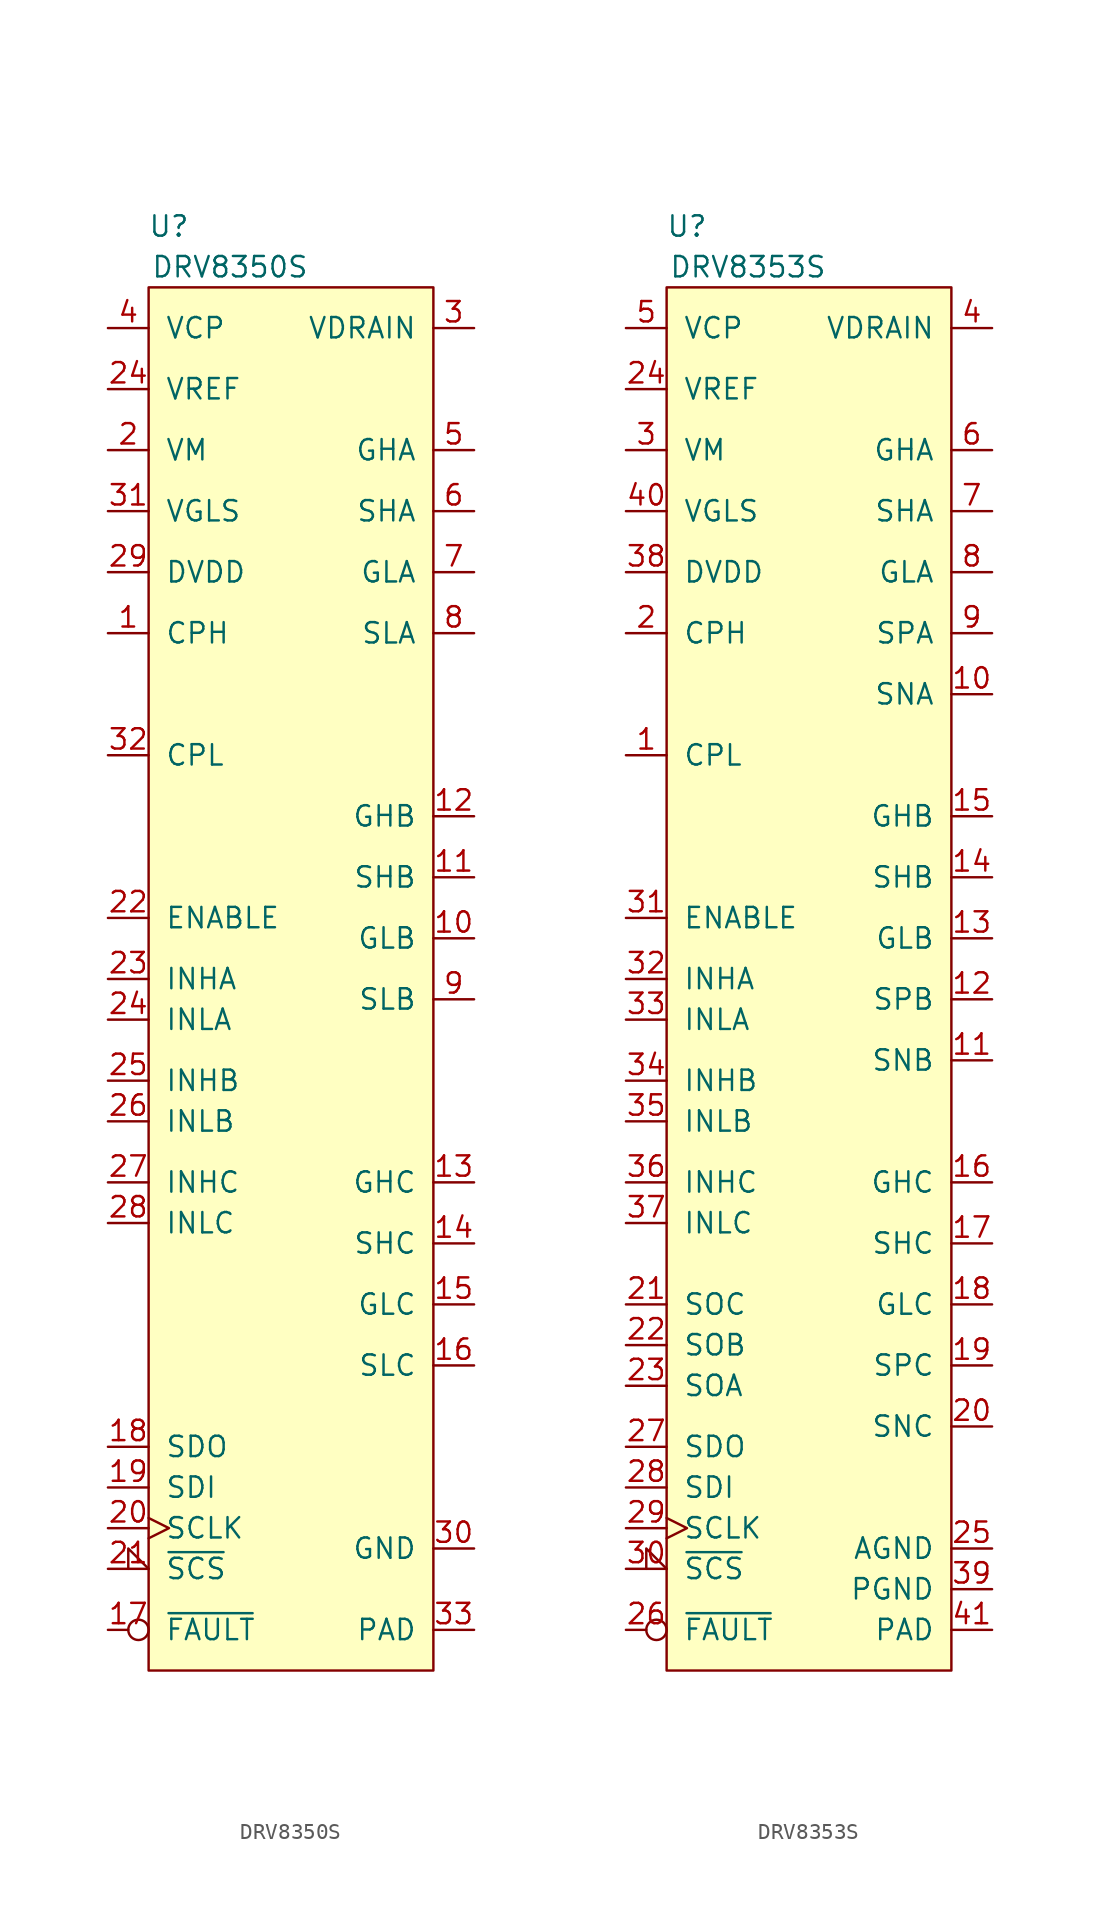
<source format=kicad_sym>
(kicad_symbol_lib
  (version 20231120)
  (generator "kicad_symbol_editor")
  (generator_version "8.0")
  (symbol "DRV8350S"
    (pin_names
      (offset 1.016))
    (property "Reference" "U"
      (at -7.62 46.99 0)
      (effects (font (size 1.27 1.27))))
    (property "Value" "DRV8350S"
      (at -3.81 44.45 0)
      (effects (font (size 1.27 1.27))))
    (symbol "DRV8350S_0_1"
      (rectangle (start -8.89 43.18) (end 8.89 -43.18) (stroke (width 0) (type default)) (fill (type background))))
    (symbol "DRV8350S_1_1"
      (pin power_out line (at -11.43 21.59 0) (length 2.54) (name "CPH" (effects (font (size 1.27 1.27)))) (number "1" (effects (font (size 1.27 1.27)))))
      (pin output line (at 11.43 2.54 180) (length 2.54) (name "GLB" (effects (font (size 1.27 1.27)))) (number "10" (effects (font (size 1.27 1.27)))))
      (pin input line (at 11.43 6.35 180) (length 2.54) (name "SHB" (effects (font (size 1.27 1.27)))) (number "11" (effects (font (size 1.27 1.27)))))
      (pin output line (at 11.43 10.16 180) (length 2.54) (name "GHB" (effects (font (size 1.27 1.27)))) (number "12" (effects (font (size 1.27 1.27)))))
      (pin output line (at 11.43 -12.7 180) (length 2.54) (name "GHC" (effects (font (size 1.27 1.27)))) (number "13" (effects (font (size 1.27 1.27)))))
      (pin input line (at 11.43 -16.51 180) (length 2.54) (name "SHC" (effects (font (size 1.27 1.27)))) (number "14" (effects (font (size 1.27 1.27)))))
      (pin output line (at 11.43 -20.32 180) (length 2.54) (name "GLC" (effects (font (size 1.27 1.27)))) (number "15" (effects (font (size 1.27 1.27)))))
      (pin input line (at 11.43 -24.13 180) (length 2.54) (name "SLC" (effects (font (size 1.27 1.27)))) (number "16" (effects (font (size 1.27 1.27)))))
      (pin open_collector inverted (at -11.43 -40.64 0) (length 2.54) (name "~{FAULT}" (effects (font (size 1.27 1.27)))) (number "17" (effects (font (size 1.27 1.27)))))
      (pin open_collector line (at -11.43 -29.21 0) (length 2.54) (name "SDO" (effects (font (size 1.27 1.27)))) (number "18" (effects (font (size 1.27 1.27)))))
      (pin input line (at -11.43 -31.75 0) (length 2.54) (name "SDI" (effects (font (size 1.27 1.27)))) (number "19" (effects (font (size 1.27 1.27)))))
      (pin power_in line (at -11.43 33.02 0) (length 2.54) (name "VM" (effects (font (size 1.27 1.27)))) (number "2" (effects (font (size 1.27 1.27)))))
      (pin input clock (at -11.43 -34.29 0) (length 2.54) (name "SCLK" (effects (font (size 1.27 1.27)))) (number "20" (effects (font (size 1.27 1.27)))))
      (pin input input_low (at -11.43 -36.83 0) (length 2.54) (name "~{SCS}" (effects (font (size 1.27 1.27)))) (number "21" (effects (font (size 1.27 1.27)))))
      (pin input line (at -11.43 3.81 0) (length 2.54) (name "ENABLE" (effects (font (size 1.27 1.27)))) (number "22" (effects (font (size 1.27 1.27)))))
      (pin input line (at -11.43 0 0) (length 2.54) (name "INHA" (effects (font (size 1.27 1.27)))) (number "23" (effects (font (size 1.27 1.27)))))
      (pin input line (at -11.43 -2.54 0) (length 2.54) (name "INLA" (effects (font (size 1.27 1.27)))) (number "24" (effects (font (size 1.27 1.27)))))
      (pin power_in line (at -11.43 36.83 0) (length 2.54) (name "VREF" (effects (font (size 1.27 1.27)))) (number "24" (effects (font (size 1.27 1.27)))))
      (pin input line (at -11.43 -6.35 0) (length 2.54) (name "INHB" (effects (font (size 1.27 1.27)))) (number "25" (effects (font (size 1.27 1.27)))))
      (pin input line (at -11.43 -8.89 0) (length 2.54) (name "INLB" (effects (font (size 1.27 1.27)))) (number "26" (effects (font (size 1.27 1.27)))))
      (pin input line (at -11.43 -12.7 0) (length 2.54) (name "INHC" (effects (font (size 1.27 1.27)))) (number "27" (effects (font (size 1.27 1.27)))))
      (pin input line (at -11.43 -15.24 0) (length 2.54) (name "INLC" (effects (font (size 1.27 1.27)))) (number "28" (effects (font (size 1.27 1.27)))))
      (pin power_out line (at -11.43 25.4 0) (length 2.54) (name "DVDD" (effects (font (size 1.27 1.27)))) (number "29" (effects (font (size 1.27 1.27)))))
      (pin input line (at 11.43 40.64 180) (length 2.54) (name "VDRAIN" (effects (font (size 1.27 1.27)))) (number "3" (effects (font (size 1.27 1.27)))))
      (pin passive line (at 11.43 -35.56 180) (length 2.54) (name "GND" (effects (font (size 1.27 1.27)))) (number "30" (effects (font (size 1.27 1.27)))))
      (pin power_out line (at -11.43 29.21 0) (length 2.54) (name "VGLS" (effects (font (size 1.27 1.27)))) (number "31" (effects (font (size 1.27 1.27)))))
      (pin power_out line (at -11.43 13.97 0) (length 2.54) (name "CPL" (effects (font (size 1.27 1.27)))) (number "32" (effects (font (size 1.27 1.27)))))
      (pin passive line (at 11.43 -40.64 180) (length 2.54) (name "PAD" (effects (font (size 1.27 1.27)))) (number "33" (effects (font (size 1.27 1.27)))))
      (pin power_out line (at -11.43 40.64 0) (length 2.54) (name "VCP" (effects (font (size 1.27 1.27)))) (number "4" (effects (font (size 1.27 1.27)))))
      (pin output line (at 11.43 33.02 180) (length 2.54) (name "GHA" (effects (font (size 1.27 1.27)))) (number "5" (effects (font (size 1.27 1.27)))))
      (pin input line (at 11.43 29.21 180) (length 2.54) (name "SHA" (effects (font (size 1.27 1.27)))) (number "6" (effects (font (size 1.27 1.27)))))
      (pin output line (at 11.43 25.4 180) (length 2.54) (name "GLA" (effects (font (size 1.27 1.27)))) (number "7" (effects (font (size 1.27 1.27)))))
      (pin input line (at 11.43 21.59 180) (length 2.54) (name "SLA" (effects (font (size 1.27 1.27)))) (number "8" (effects (font (size 1.27 1.27)))))
      (pin input line (at 11.43 -1.27 180) (length 2.54) (name "SLB" (effects (font (size 1.27 1.27)))) (number "9" (effects (font (size 1.27 1.27)))))))
  (symbol "DRV8353S"
    (pin_names
      (offset 1.016))
    (property "Reference" "U"
      (at -7.62 46.99 0)
      (effects (font (size 1.27 1.27))))
    (property "Value" "DRV8353S"
      (at -3.81 44.45 0)
      (effects (font (size 1.27 1.27))))
    (symbol "DRV8353S_0_1"
      (rectangle (start -8.89 43.18) (end 8.89 -43.18) (stroke (width 0) (type default)) (fill (type background))))
    (symbol "DRV8353S_1_1"
      (pin power_out line (at -11.43 13.97 0) (length 2.54) (name "CPL" (effects (font (size 1.27 1.27)))) (number "1" (effects (font (size 1.27 1.27)))))
      (pin input line (at 11.43 17.78 180) (length 2.54) (name "SNA" (effects (font (size 1.27 1.27)))) (number "10" (effects (font (size 1.27 1.27)))))
      (pin input line (at 11.43 -5.08 180) (length 2.54) (name "SNB" (effects (font (size 1.27 1.27)))) (number "11" (effects (font (size 1.27 1.27)))))
      (pin input line (at 11.43 -1.27 180) (length 2.54) (name "SPB" (effects (font (size 1.27 1.27)))) (number "12" (effects (font (size 1.27 1.27)))))
      (pin output line (at 11.43 2.54 180) (length 2.54) (name "GLB" (effects (font (size 1.27 1.27)))) (number "13" (effects (font (size 1.27 1.27)))))
      (pin input line (at 11.43 6.35 180) (length 2.54) (name "SHB" (effects (font (size 1.27 1.27)))) (number "14" (effects (font (size 1.27 1.27)))))
      (pin output line (at 11.43 10.16 180) (length 2.54) (name "GHB" (effects (font (size 1.27 1.27)))) (number "15" (effects (font (size 1.27 1.27)))))
      (pin output line (at 11.43 -12.7 180) (length 2.54) (name "GHC" (effects (font (size 1.27 1.27)))) (number "16" (effects (font (size 1.27 1.27)))))
      (pin input line (at 11.43 -16.51 180) (length 2.54) (name "SHC" (effects (font (size 1.27 1.27)))) (number "17" (effects (font (size 1.27 1.27)))))
      (pin output line (at 11.43 -20.32 180) (length 2.54) (name "GLC" (effects (font (size 1.27 1.27)))) (number "18" (effects (font (size 1.27 1.27)))))
      (pin input line (at 11.43 -24.13 180) (length 2.54) (name "SPC" (effects (font (size 1.27 1.27)))) (number "19" (effects (font (size 1.27 1.27)))))
      (pin power_out line (at -11.43 21.59 0) (length 2.54) (name "CPH" (effects (font (size 1.27 1.27)))) (number "2" (effects (font (size 1.27 1.27)))))
      (pin input line (at 11.43 -27.94 180) (length 2.54) (name "SNC" (effects (font (size 1.27 1.27)))) (number "20" (effects (font (size 1.27 1.27)))))
      (pin output line (at -11.43 -20.32 0) (length 2.54) (name "SOC" (effects (font (size 1.27 1.27)))) (number "21" (effects (font (size 1.27 1.27)))))
      (pin output line (at -11.43 -22.86 0) (length 2.54) (name "SOB" (effects (font (size 1.27 1.27)))) (number "22" (effects (font (size 1.27 1.27)))))
      (pin output line (at -11.43 -25.4 0) (length 2.54) (name "SOA" (effects (font (size 1.27 1.27)))) (number "23" (effects (font (size 1.27 1.27)))))
      (pin power_in line (at -11.43 36.83 0) (length 2.54) (name "VREF" (effects (font (size 1.27 1.27)))) (number "24" (effects (font (size 1.27 1.27)))))
      (pin passive line (at 11.43 -35.56 180) (length 2.54) (name "AGND" (effects (font (size 1.27 1.27)))) (number "25" (effects (font (size 1.27 1.27)))))
      (pin open_collector inverted (at -11.43 -40.64 0) (length 2.54) (name "~{FAULT}" (effects (font (size 1.27 1.27)))) (number "26" (effects (font (size 1.27 1.27)))))
      (pin open_collector line (at -11.43 -29.21 0) (length 2.54) (name "SDO" (effects (font (size 1.27 1.27)))) (number "27" (effects (font (size 1.27 1.27)))))
      (pin input line (at -11.43 -31.75 0) (length 2.54) (name "SDI" (effects (font (size 1.27 1.27)))) (number "28" (effects (font (size 1.27 1.27)))))
      (pin input clock (at -11.43 -34.29 0) (length 2.54) (name "SCLK" (effects (font (size 1.27 1.27)))) (number "29" (effects (font (size 1.27 1.27)))))
      (pin power_in line (at -11.43 33.02 0) (length 2.54) (name "VM" (effects (font (size 1.27 1.27)))) (number "3" (effects (font (size 1.27 1.27)))))
      (pin input input_low (at -11.43 -36.83 0) (length 2.54) (name "~{SCS}" (effects (font (size 1.27 1.27)))) (number "30" (effects (font (size 1.27 1.27)))))
      (pin input line (at -11.43 3.81 0) (length 2.54) (name "ENABLE" (effects (font (size 1.27 1.27)))) (number "31" (effects (font (size 1.27 1.27)))))
      (pin input line (at -11.43 0 0) (length 2.54) (name "INHA" (effects (font (size 1.27 1.27)))) (number "32" (effects (font (size 1.27 1.27)))))
      (pin input line (at -11.43 -2.54 0) (length 2.54) (name "INLA" (effects (font (size 1.27 1.27)))) (number "33" (effects (font (size 1.27 1.27)))))
      (pin input line (at -11.43 -6.35 0) (length 2.54) (name "INHB" (effects (font (size 1.27 1.27)))) (number "34" (effects (font (size 1.27 1.27)))))
      (pin input line (at -11.43 -8.89 0) (length 2.54) (name "INLB" (effects (font (size 1.27 1.27)))) (number "35" (effects (font (size 1.27 1.27)))))
      (pin input line (at -11.43 -12.7 0) (length 2.54) (name "INHC" (effects (font (size 1.27 1.27)))) (number "36" (effects (font (size 1.27 1.27)))))
      (pin input line (at -11.43 -15.24 0) (length 2.54) (name "INLC" (effects (font (size 1.27 1.27)))) (number "37" (effects (font (size 1.27 1.27)))))
      (pin power_out line (at -11.43 25.4 0) (length 2.54) (name "DVDD" (effects (font (size 1.27 1.27)))) (number "38" (effects (font (size 1.27 1.27)))))
      (pin passive line (at 11.43 -38.1 180) (length 2.54) (name "PGND" (effects (font (size 1.27 1.27)))) (number "39" (effects (font (size 1.27 1.27)))))
      (pin input line (at 11.43 40.64 180) (length 2.54) (name "VDRAIN" (effects (font (size 1.27 1.27)))) (number "4" (effects (font (size 1.27 1.27)))))
      (pin power_out line (at -11.43 29.21 0) (length 2.54) (name "VGLS" (effects (font (size 1.27 1.27)))) (number "40" (effects (font (size 1.27 1.27)))))
      (pin passive line (at 11.43 -40.64 180) (length 2.54) (name "PAD" (effects (font (size 1.27 1.27)))) (number "41" (effects (font (size 1.27 1.27)))))
      (pin power_out line (at -11.43 40.64 0) (length 2.54) (name "VCP" (effects (font (size 1.27 1.27)))) (number "5" (effects (font (size 1.27 1.27)))))
      (pin output line (at 11.43 33.02 180) (length 2.54) (name "GHA" (effects (font (size 1.27 1.27)))) (number "6" (effects (font (size 1.27 1.27)))))
      (pin input line (at 11.43 29.21 180) (length 2.54) (name "SHA" (effects (font (size 1.27 1.27)))) (number "7" (effects (font (size 1.27 1.27)))))
      (pin output line (at 11.43 25.4 180) (length 2.54) (name "GLA" (effects (font (size 1.27 1.27)))) (number "8" (effects (font (size 1.27 1.27)))))
      (pin input line (at 11.43 21.59 180) (length 2.54) (name "SPA" (effects (font (size 1.27 1.27)))) (number "9" (effects (font (size 1.27 1.27))))))))
</source>
